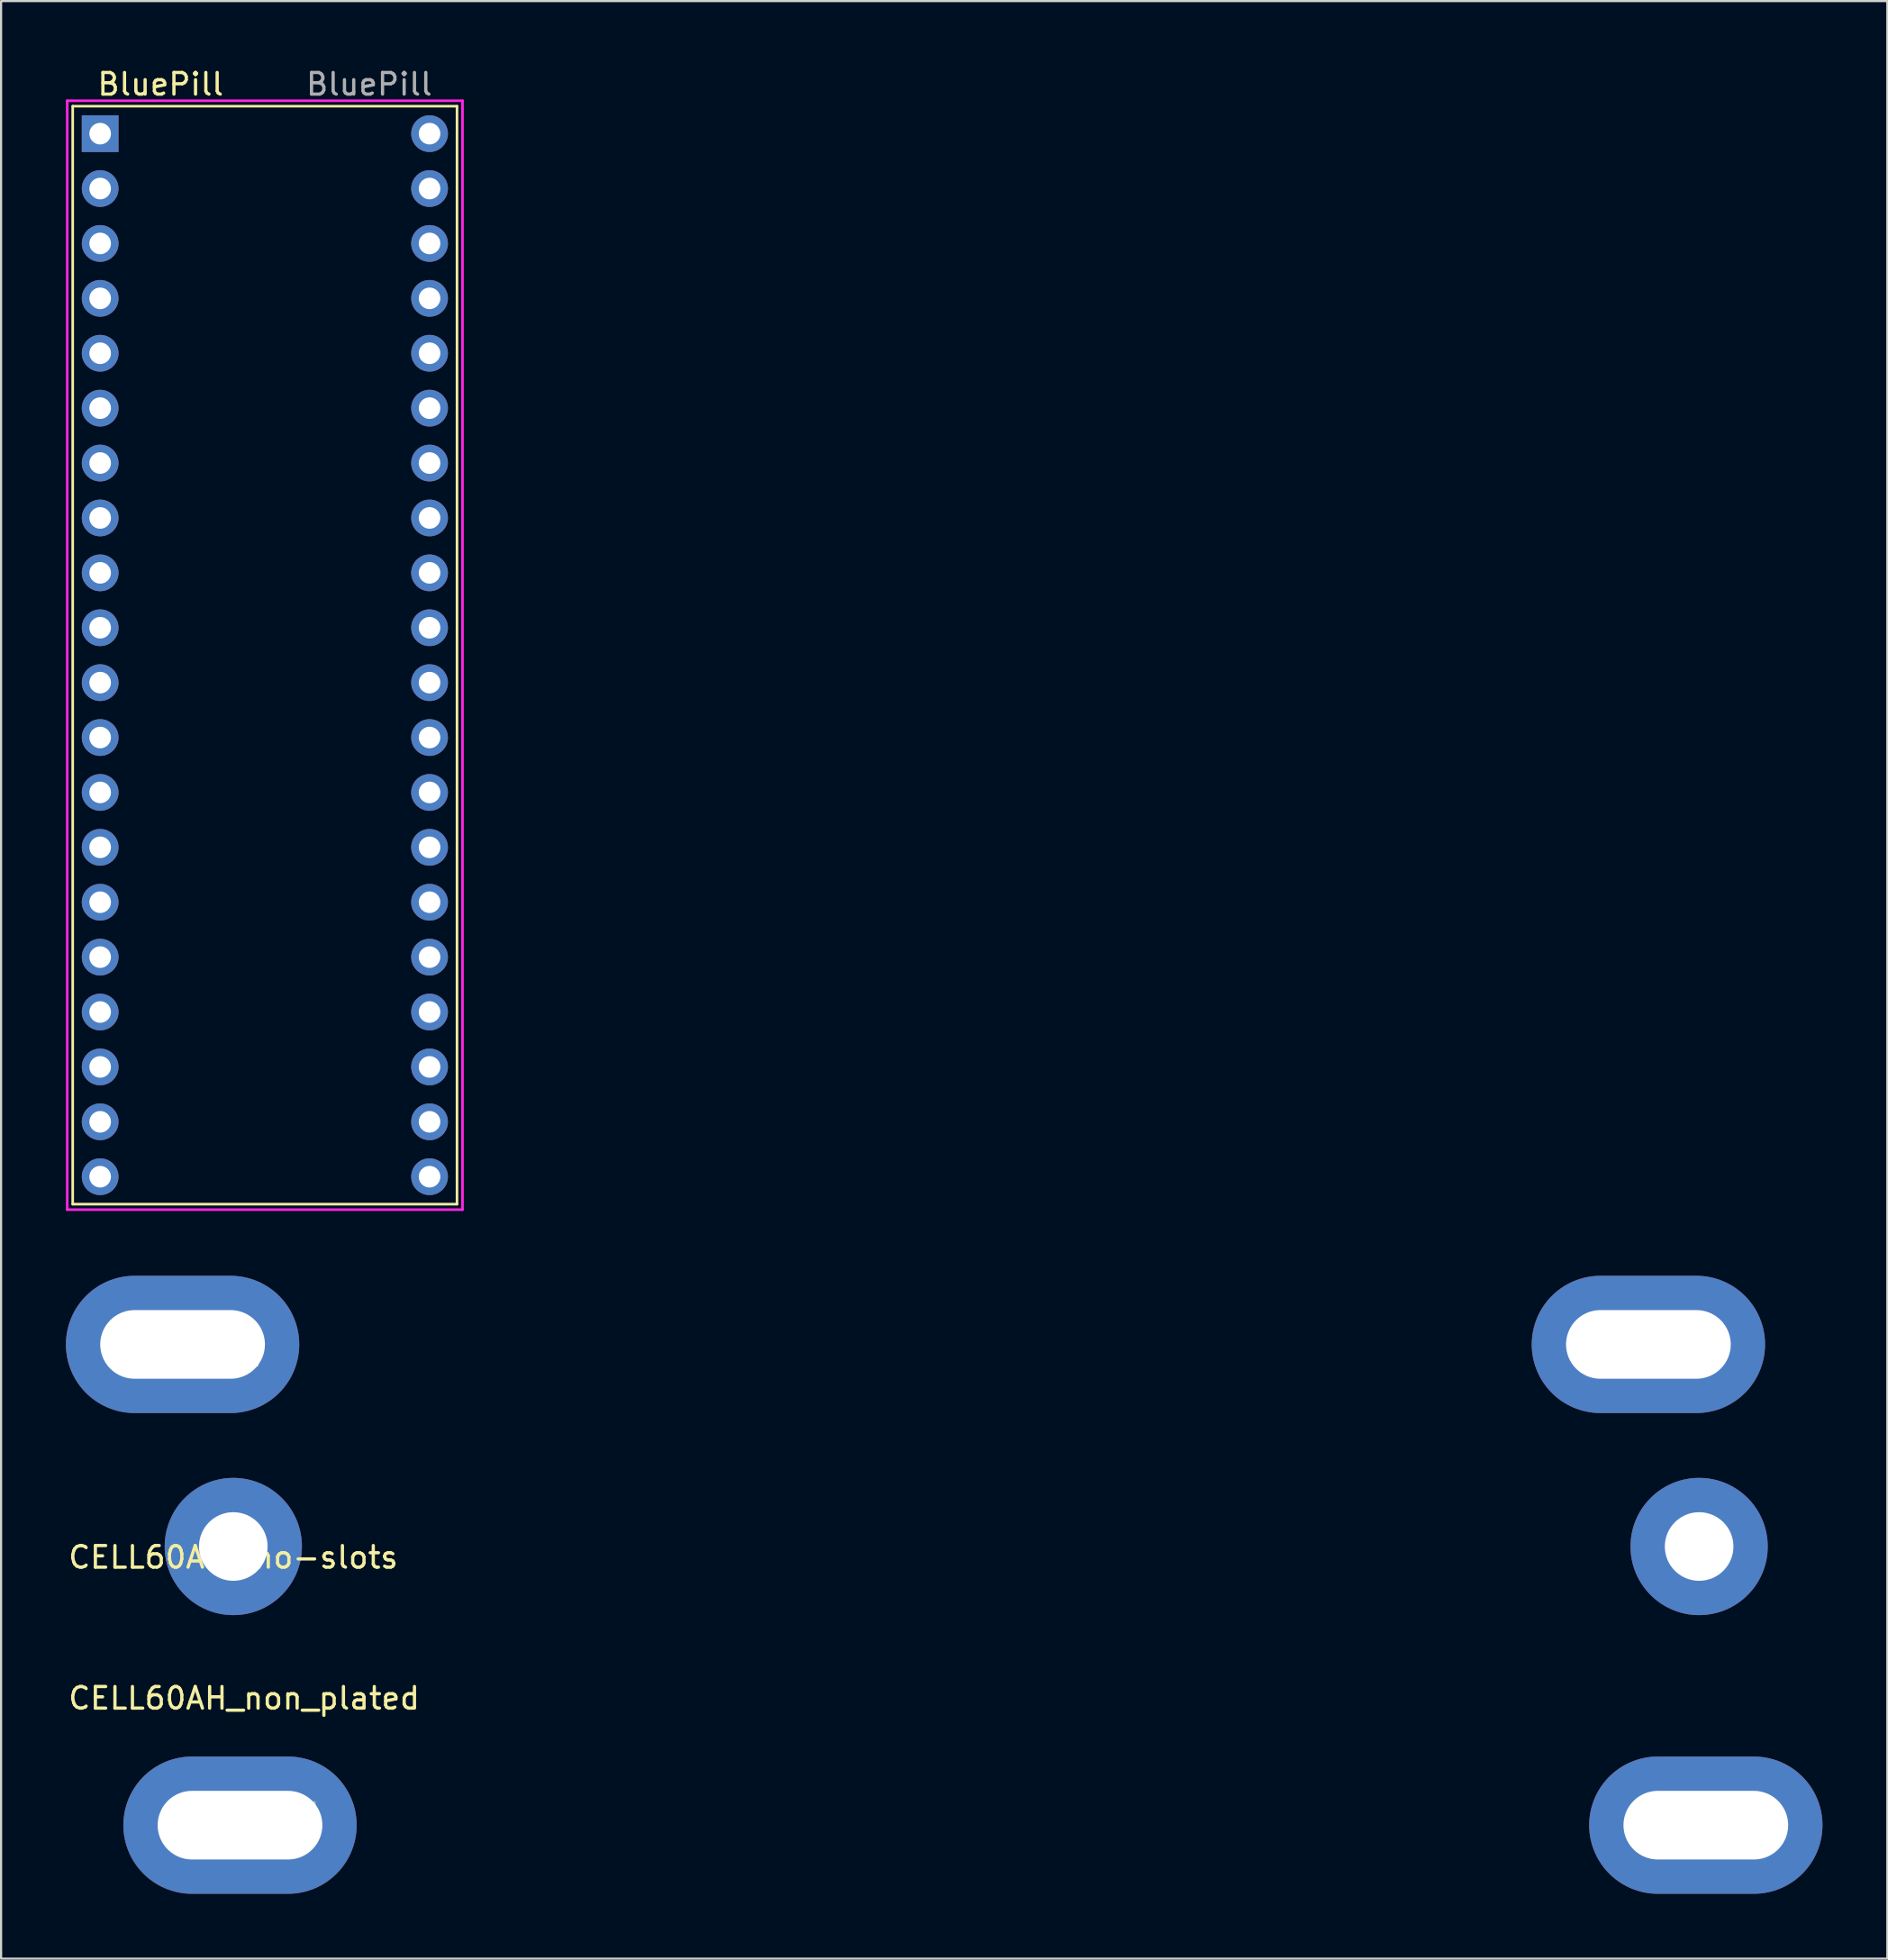
<source format=kicad_pcb>
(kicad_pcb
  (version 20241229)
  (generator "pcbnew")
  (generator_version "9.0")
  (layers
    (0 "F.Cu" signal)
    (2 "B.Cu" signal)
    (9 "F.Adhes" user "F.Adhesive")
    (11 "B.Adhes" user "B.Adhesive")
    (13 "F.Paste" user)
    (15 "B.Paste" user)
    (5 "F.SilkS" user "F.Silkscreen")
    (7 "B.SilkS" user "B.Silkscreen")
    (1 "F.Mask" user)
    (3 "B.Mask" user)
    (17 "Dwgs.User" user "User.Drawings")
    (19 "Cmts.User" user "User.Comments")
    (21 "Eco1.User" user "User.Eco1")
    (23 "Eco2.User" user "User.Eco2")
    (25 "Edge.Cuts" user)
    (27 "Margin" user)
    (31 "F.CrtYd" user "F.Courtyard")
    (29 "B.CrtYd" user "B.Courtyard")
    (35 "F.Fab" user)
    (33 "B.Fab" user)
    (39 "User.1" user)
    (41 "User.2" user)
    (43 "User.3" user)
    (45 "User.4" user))
  (footprint "CELL60AH"
    (layer "F.Cu")
    (at 5.397 59.153)
    (property "Reference" "CELL60AH" (at 0 0.5 0) (layer "F.SilkS") (effects (font (size 1 1) (thickness 0.15))))
    (attr through_hole)
    (pad "1" thru_hole oval (at 0 0 90) (size 6.35 10.795) (drill oval 3.175 7.62) (layers "*.Cu" "*.Mask"))
    (pad "2" thru_hole oval (at 67.818 0 90) (size 6.35 10.795) (drill oval 3.175 7.62) (layers "*.Cu" "*.Mask")))
  (footprint "CELL60AH_non_plated"
    (layer "F.Cu")
    (at 8.104 81.296)
    (property "Reference" "CELL60AH_non_plated" (at 0.14 -5.77 0) (layer "F.SilkS") (effects (font (size 1 1) (thickness 0.15))))
    (attr through_hole)
    (fp_text user "CELL60AH" (at -0.05 -0.4 0) (layer "F.Fab") (effects (font (size 1 1) (thickness 0.15))))
    (pad "" np_thru_hole oval (at -0.05 0.1 90) (size 6.35 10.795) (drill oval 3.175 7.62) (layers "*.Cu" "*.Mask"))
    (pad "" np_thru_hole oval (at 67.768 0.1 90) (size 6.35 10.795) (drill oval 3.175 7.62) (layers "*.Cu" "*.Mask")))
  (footprint "CELL60AH-no-slots"
    (layer "F.Cu")
    (at 7.744 68.503)
    (property "Reference" "CELL60AH-no-slots" (at 0 0.5 0) (layer "F.SilkS") (effects (font (size 1 1) (thickness 0.15))))
    (attr through_hole)
    (pad "1" thru_hole circle (at 0 0 90) (size 6.35 6.35) (drill 3.175) (layers "*.Cu" "*.Mask"))
    (pad "2" thru_hole circle (at 67.818 0 90) (size 6.35 6.35) (drill 3.175) (layers "*.Cu" "*.Mask")))
  (footprint "BluePill"
    (layer "F.Cu")
    (at 1.584 3.134)
    (property "Reference" "BluePill" (at 2.794 -2.286 0) (layer "F.SilkS") (effects (font (size 1 1) (thickness 0.15))))
    (attr through_hole)
    (fp_line (start -1.27 -1.27) (end -1.27 49.53) (stroke (width 0.12) (type solid)) (layer "F.SilkS"))
    (fp_line (start -1.27 49.53) (end 16.51 49.53) (stroke (width 0.12) (type solid)) (layer "F.SilkS"))
    (fp_line (start 16.51 -1.27) (end -1.27 -1.27) (stroke (width 0.12) (type solid)) (layer "F.SilkS"))
    (fp_line (start 16.51 49.53) (end 16.51 -1.27) (stroke (width 0.12) (type solid)) (layer "F.SilkS"))
    (fp_line (start -1.524 -1.524) (end 16.764 -1.524) (stroke (width 0.12) (type solid)) (layer "F.CrtYd"))
    (fp_line (start -1.524 49.784) (end -1.524 -1.524) (stroke (width 0.12) (type solid)) (layer "F.CrtYd"))
    (fp_line (start 16.764 -1.524) (end 16.764 49.784) (stroke (width 0.12) (type solid)) (layer "F.CrtYd"))
    (fp_line (start 16.764 49.784) (end -1.524 49.784) (stroke (width 0.12) (type solid)) (layer "F.CrtYd"))
    (fp_text user "${REFERENCE}" (at 12.446 -2.286 180) (layer "F.Fab") (effects (font (size 1 1) (thickness 0.15))))
    (pad "1" thru_hole rect (at 0 0) (size 1.7 1.7) (drill 1) (layers "*.Cu" "*.Mask"))
    (pad "2" thru_hole oval (at 0 2.54) (size 1.7 1.7) (drill 1) (layers "*.Cu" "*.Mask"))
    (pad "3" thru_hole oval (at 0 5.08) (size 1.7 1.7) (drill 1) (layers "*.Cu" "*.Mask"))
    (pad "4" thru_hole oval (at 0 7.62) (size 1.7 1.7) (drill 1) (layers "*.Cu" "*.Mask"))
    (pad "5" thru_hole oval (at 0 10.16) (size 1.7 1.7) (drill 1) (layers "*.Cu" "*.Mask"))
    (pad "6" thru_hole oval (at 0 12.7) (size 1.7 1.7) (drill 1) (layers "*.Cu" "*.Mask"))
    (pad "7" thru_hole oval (at 0 15.24) (size 1.7 1.7) (drill 1) (layers "*.Cu" "*.Mask"))
    (pad "8" thru_hole oval (at 0 17.78) (size 1.7 1.7) (drill 1) (layers "*.Cu" "*.Mask"))
    (pad "9" thru_hole oval (at 0 20.32) (size 1.7 1.7) (drill 1) (layers "*.Cu" "*.Mask"))
    (pad "10" thru_hole oval (at 0 22.86) (size 1.7 1.7) (drill 1) (layers "*.Cu" "*.Mask"))
    (pad "11" thru_hole oval (at 0 25.4) (size 1.7 1.7) (drill 1) (layers "*.Cu" "*.Mask"))
    (pad "12" thru_hole oval (at 0 27.94) (size 1.7 1.7) (drill 1) (layers "*.Cu" "*.Mask"))
    (pad "13" thru_hole oval (at 0 30.48) (size 1.7 1.7) (drill 1) (layers "*.Cu" "*.Mask"))
    (pad "14" thru_hole oval (at 0 33.02) (size 1.7 1.7) (drill 1) (layers "*.Cu" "*.Mask"))
    (pad "15" thru_hole oval (at 0 35.56) (size 1.7 1.7) (drill 1) (layers "*.Cu" "*.Mask"))
    (pad "16" thru_hole oval (at 0 38.1) (size 1.7 1.7) (drill 1) (layers "*.Cu" "*.Mask"))
    (pad "17" thru_hole oval (at 0 40.64) (size 1.7 1.7) (drill 1) (layers "*.Cu" "*.Mask"))
    (pad "18" thru_hole oval (at 0 43.18) (size 1.7 1.7) (drill 1) (layers "*.Cu" "*.Mask"))
    (pad "19" thru_hole oval (at 0 45.72) (size 1.7 1.7) (drill 1) (layers "*.Cu" "*.Mask"))
    (pad "20" thru_hole oval (at 0 48.26) (size 1.7 1.7) (drill 1) (layers "*.Cu" "*.Mask"))
    (pad "21" thru_hole oval (at 15.24 48.26 180) (size 1.7 1.7) (drill 1) (layers "*.Cu" "*.Mask"))
    (pad "22" thru_hole oval (at 15.24 45.72 180) (size 1.7 1.7) (drill 1) (layers "*.Cu" "*.Mask"))
    (pad "23" thru_hole oval (at 15.24 43.18 180) (size 1.7 1.7) (drill 1) (layers "*.Cu" "*.Mask"))
    (pad "24" thru_hole oval (at 15.24 40.64 180) (size 1.7 1.7) (drill 1) (layers "*.Cu" "*.Mask"))
    (pad "25" thru_hole oval (at 15.24 38.1 180) (size 1.7 1.7) (drill 1) (layers "*.Cu" "*.Mask"))
    (pad "26" thru_hole oval (at 15.24 35.56 180) (size 1.7 1.7) (drill 1) (layers "*.Cu" "*.Mask"))
    (pad "27" thru_hole oval (at 15.24 33.02 180) (size 1.7 1.7) (drill 1) (layers "*.Cu" "*.Mask"))
    (pad "28" thru_hole oval (at 15.24 30.48 180) (size 1.7 1.7) (drill 1) (layers "*.Cu" "*.Mask"))
    (pad "29" thru_hole oval (at 15.24 27.94 180) (size 1.7 1.7) (drill 1) (layers "*.Cu" "*.Mask"))
    (pad "30" thru_hole oval (at 15.24 25.4 180) (size 1.7 1.7) (drill 1) (layers "*.Cu" "*.Mask"))
    (pad "31" thru_hole oval (at 15.24 22.86 180) (size 1.7 1.7) (drill 1) (layers "*.Cu" "*.Mask"))
    (pad "32" thru_hole oval (at 15.24 20.32 180) (size 1.7 1.7) (drill 1) (layers "*.Cu" "*.Mask"))
    (pad "33" thru_hole oval (at 15.24 17.78 180) (size 1.7 1.7) (drill 1) (layers "*.Cu" "*.Mask"))
    (pad "34" thru_hole oval (at 15.24 15.24 180) (size 1.7 1.7) (drill 1) (layers "*.Cu" "*.Mask"))
    (pad "35" thru_hole oval (at 15.24 12.7 180) (size 1.7 1.7) (drill 1) (layers "*.Cu" "*.Mask"))
    (pad "36" thru_hole oval (at 15.24 10.16 180) (size 1.7 1.7) (drill 1) (layers "*.Cu" "*.Mask"))
    (pad "37" thru_hole oval (at 15.24 7.62 180) (size 1.7 1.7) (drill 1) (layers "*.Cu" "*.Mask"))
    (pad "38" thru_hole oval (at 15.24 5.08 180) (size 1.7 1.7) (drill 1) (layers "*.Cu" "*.Mask"))
    (pad "39" thru_hole oval (at 15.24 2.54 180) (size 1.7 1.7) (drill 1) (layers "*.Cu" "*.Mask"))
    (pad "40" thru_hole oval (at 15.24 0 180) (size 1.7 1.7) (drill 1) (layers "*.Cu" "*.Mask")))
  (gr_rect
    (start -3 -3)
    (end 84.27 87.572)
    (stroke (width 0.1) (type default))
    (fill no)
    (layer "Edge.Cuts")))
</source>
